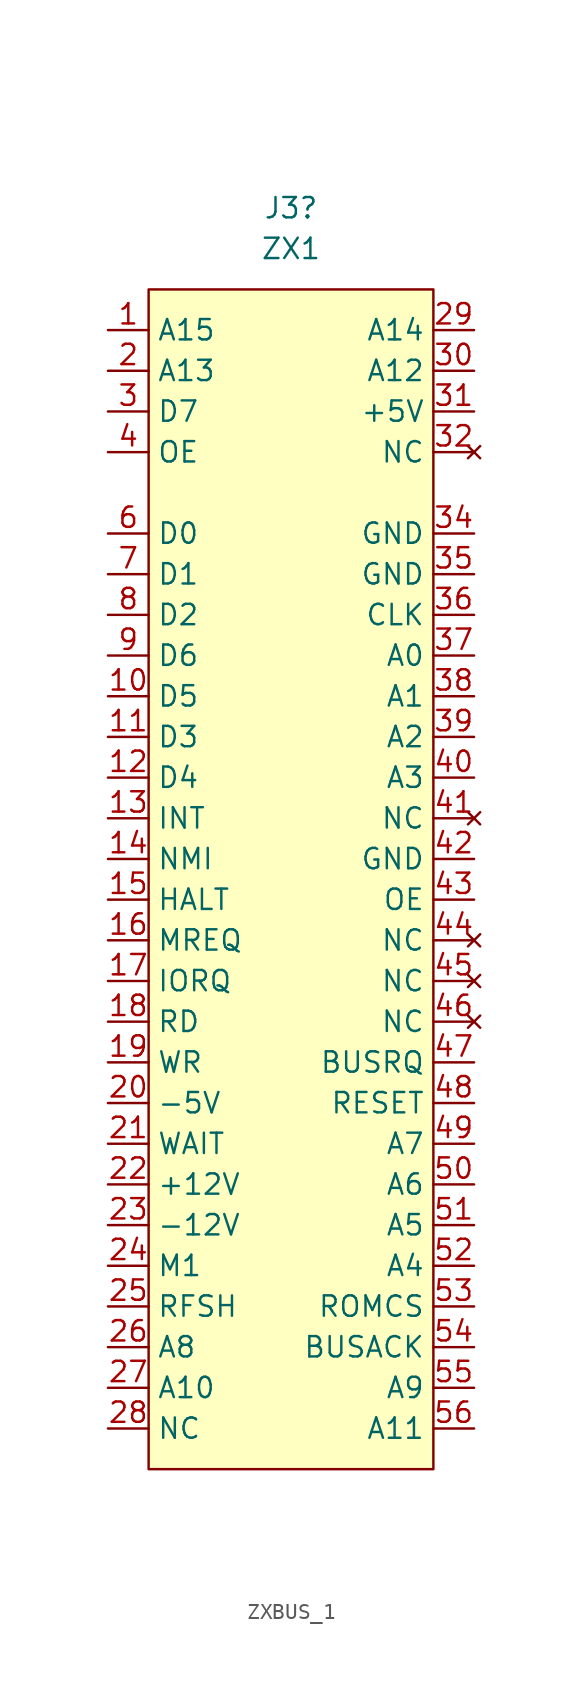
<source format=kicad_sym>
(kicad_symbol_lib
  (version 20220914)
  (generator kicad_symbol_editor)
  (symbol "ZXBUS_1"
    (property "Reference" "J3"
      (at 0 43.18 0)
      (effects (font (size 1.27 1.27))))
    (property "Value" "ZX1"
      (at 0 40.64 0)
      (effects (font (size 1.27 1.27))))
    (symbol "ZXBUS_1_1_1"
      (rectangle (start -8.89 38.1) (end 8.89 -35.56) (stroke (width 0) (type default)) (fill (type background)))
      (pin input line (at -11.43 35.56 0) (length 2.54) (name "A15" (effects (font (size 1.27 1.27)))) (number "1" (effects (font (size 1.27 1.27)))))
      (pin input line (at -11.43 12.7 0) (length 2.54) (name "D5" (effects (font (size 1.27 1.27)))) (number "10" (effects (font (size 1.27 1.27)))))
      (pin input line (at -11.43 10.16 0) (length 2.54) (name "D3" (effects (font (size 1.27 1.27)))) (number "11" (effects (font (size 1.27 1.27)))))
      (pin input line (at -11.43 7.62 0) (length 2.54) (name "D4" (effects (font (size 1.27 1.27)))) (number "12" (effects (font (size 1.27 1.27)))))
      (pin input line (at -11.43 5.08 0) (length 2.54) (name "INT" (effects (font (size 1.27 1.27)))) (number "13" (effects (font (size 1.27 1.27)))))
      (pin input line (at -11.43 2.54 0) (length 2.54) (name "NMI" (effects (font (size 1.27 1.27)))) (number "14" (effects (font (size 1.27 1.27)))))
      (pin input line (at -11.43 0 0) (length 2.54) (name "HALT" (effects (font (size 1.27 1.27)))) (number "15" (effects (font (size 1.27 1.27)))))
      (pin input line (at -11.43 -2.54 0) (length 2.54) (name "MREQ" (effects (font (size 1.27 1.27)))) (number "16" (effects (font (size 1.27 1.27)))))
      (pin input line (at -11.43 -5.08 0) (length 2.54) (name "IORQ" (effects (font (size 1.27 1.27)))) (number "17" (effects (font (size 1.27 1.27)))))
      (pin input line (at -11.43 -7.62 0) (length 2.54) (name "RD" (effects (font (size 1.27 1.27)))) (number "18" (effects (font (size 1.27 1.27)))))
      (pin input line (at -11.43 -10.16 0) (length 2.54) (name "WR" (effects (font (size 1.27 1.27)))) (number "19" (effects (font (size 1.27 1.27)))))
      (pin input line (at -11.43 33.02 0) (length 2.54) (name "A13" (effects (font (size 1.27 1.27)))) (number "2" (effects (font (size 1.27 1.27)))))
      (pin input line (at -11.43 -12.7 0) (length 2.54) (name "-5V" (effects (font (size 1.27 1.27)))) (number "20" (effects (font (size 1.27 1.27)))))
      (pin input line (at -11.43 -15.24 0) (length 2.54) (name "WAIT" (effects (font (size 1.27 1.27)))) (number "21" (effects (font (size 1.27 1.27)))))
      (pin input line (at -11.43 -17.78 0) (length 2.54) (name "+12V" (effects (font (size 1.27 1.27)))) (number "22" (effects (font (size 1.27 1.27)))))
      (pin input line (at -11.43 -20.32 0) (length 2.54) (name "-12V" (effects (font (size 1.27 1.27)))) (number "23" (effects (font (size 1.27 1.27)))))
      (pin input line (at -11.43 -22.86 0) (length 2.54) (name "M1" (effects (font (size 1.27 1.27)))) (number "24" (effects (font (size 1.27 1.27)))))
      (pin input line (at -11.43 -25.4 0) (length 2.54) (name "RFSH" (effects (font (size 1.27 1.27)))) (number "25" (effects (font (size 1.27 1.27)))))
      (pin input line (at -11.43 -27.94 0) (length 2.54) (name "A8" (effects (font (size 1.27 1.27)))) (number "26" (effects (font (size 1.27 1.27)))))
      (pin input line (at -11.43 -30.48 0) (length 2.54) (name "A10" (effects (font (size 1.27 1.27)))) (number "27" (effects (font (size 1.27 1.27)))))
      (pin input line (at -11.43 -33.02 0) (length 2.54) (name "NC" (effects (font (size 1.27 1.27)))) (number "28" (effects (font (size 1.27 1.27)))))
      (pin input line (at 11.43 35.56 180) (length 2.54) (name "A14" (effects (font (size 1.27 1.27)))) (number "29" (effects (font (size 1.27 1.27)))))
      (pin input line (at -11.43 30.48 0) (length 2.54) (name "D7" (effects (font (size 1.27 1.27)))) (number "3" (effects (font (size 1.27 1.27)))))
      (pin input line (at 11.43 33.02 180) (length 2.54) (name "A12" (effects (font (size 1.27 1.27)))) (number "30" (effects (font (size 1.27 1.27)))))
      (pin input line (at 11.43 30.48 180) (length 2.54) (name "+5V" (effects (font (size 1.27 1.27)))) (number "31" (effects (font (size 1.27 1.27)))))
      (pin no_connect line (at 11.43 27.94 180) (length 2.54) (name "NC" (effects (font (size 1.27 1.27)))) (number "32" (effects (font (size 1.27 1.27)))))
      (pin input line (at 11.43 22.86 180) (length 2.54) (name "GND" (effects (font (size 1.27 1.27)))) (number "34" (effects (font (size 1.27 1.27)))))
      (pin input line (at 11.43 20.32 180) (length 2.54) (name "GND" (effects (font (size 1.27 1.27)))) (number "35" (effects (font (size 1.27 1.27)))))
      (pin input line (at 11.43 17.78 180) (length 2.54) (name "CLK" (effects (font (size 1.27 1.27)))) (number "36" (effects (font (size 1.27 1.27)))))
      (pin input line (at 11.43 15.24 180) (length 2.54) (name "A0" (effects (font (size 1.27 1.27)))) (number "37" (effects (font (size 1.27 1.27)))))
      (pin input line (at 11.43 12.7 180) (length 2.54) (name "A1" (effects (font (size 1.27 1.27)))) (number "38" (effects (font (size 1.27 1.27)))))
      (pin input line (at 11.43 10.16 180) (length 2.54) (name "A2" (effects (font (size 1.27 1.27)))) (number "39" (effects (font (size 1.27 1.27)))))
      (pin input line (at -11.43 27.94 0) (length 2.54) (name "OE" (effects (font (size 1.27 1.27)))) (number "4" (effects (font (size 1.27 1.27)))))
      (pin input line (at 11.43 7.62 180) (length 2.54) (name "A3" (effects (font (size 1.27 1.27)))) (number "40" (effects (font (size 1.27 1.27)))))
      (pin no_connect line (at 11.43 5.08 180) (length 2.54) (name "NC" (effects (font (size 1.27 1.27)))) (number "41" (effects (font (size 1.27 1.27)))))
      (pin input line (at 11.43 2.54 180) (length 2.54) (name "GND" (effects (font (size 1.27 1.27)))) (number "42" (effects (font (size 1.27 1.27)))))
      (pin input line (at 11.43 0 180) (length 2.54) (name "OE" (effects (font (size 1.27 1.27)))) (number "43" (effects (font (size 1.27 1.27)))))
      (pin no_connect line (at 11.43 -2.54 180) (length 2.54) (name "NC" (effects (font (size 1.27 1.27)))) (number "44" (effects (font (size 1.27 1.27)))))
      (pin no_connect line (at 11.43 -5.08 180) (length 2.54) (name "NC" (effects (font (size 1.27 1.27)))) (number "45" (effects (font (size 1.27 1.27)))))
      (pin no_connect line (at 11.43 -7.62 180) (length 2.54) (name "NC" (effects (font (size 1.27 1.27)))) (number "46" (effects (font (size 1.27 1.27)))))
      (pin input line (at 11.43 -10.16 180) (length 2.54) (name "BUSRQ" (effects (font (size 1.27 1.27)))) (number "47" (effects (font (size 1.27 1.27)))))
      (pin input line (at 11.43 -12.7 180) (length 2.54) (name "RESET" (effects (font (size 1.27 1.27)))) (number "48" (effects (font (size 1.27 1.27)))))
      (pin input line (at 11.43 -15.24 180) (length 2.54) (name "A7" (effects (font (size 1.27 1.27)))) (number "49" (effects (font (size 1.27 1.27)))))
      (pin input line (at 11.43 -17.78 180) (length 2.54) (name "A6" (effects (font (size 1.27 1.27)))) (number "50" (effects (font (size 1.27 1.27)))))
      (pin input line (at 11.43 -20.32 180) (length 2.54) (name "A5" (effects (font (size 1.27 1.27)))) (number "51" (effects (font (size 1.27 1.27)))))
      (pin input line (at 11.43 -22.86 180) (length 2.54) (name "A4" (effects (font (size 1.27 1.27)))) (number "52" (effects (font (size 1.27 1.27)))))
      (pin input line (at 11.43 -25.4 180) (length 2.54) (name "ROMCS" (effects (font (size 1.27 1.27)))) (number "53" (effects (font (size 1.27 1.27)))))
      (pin input line (at 11.43 -27.94 180) (length 2.54) (name "BUSACK" (effects (font (size 1.27 1.27)))) (number "54" (effects (font (size 1.27 1.27)))))
      (pin input line (at 11.43 -30.48 180) (length 2.54) (name "A9" (effects (font (size 1.27 1.27)))) (number "55" (effects (font (size 1.27 1.27)))))
      (pin input line (at 11.43 -33.02 180) (length 2.54) (name "A11" (effects (font (size 1.27 1.27)))) (number "56" (effects (font (size 1.27 1.27)))))
      (pin input line (at -11.43 22.86 0) (length 2.54) (name "D0" (effects (font (size 1.27 1.27)))) (number "6" (effects (font (size 1.27 1.27)))))
      (pin input line (at -11.43 20.32 0) (length 2.54) (name "D1" (effects (font (size 1.27 1.27)))) (number "7" (effects (font (size 1.27 1.27)))))
      (pin input line (at -11.43 17.78 0) (length 2.54) (name "D2" (effects (font (size 1.27 1.27)))) (number "8" (effects (font (size 1.27 1.27)))))
      (pin input line (at -11.43 15.24 0) (length 2.54) (name "D6" (effects (font (size 1.27 1.27)))) (number "9" (effects (font (size 1.27 1.27))))))))
</source>
